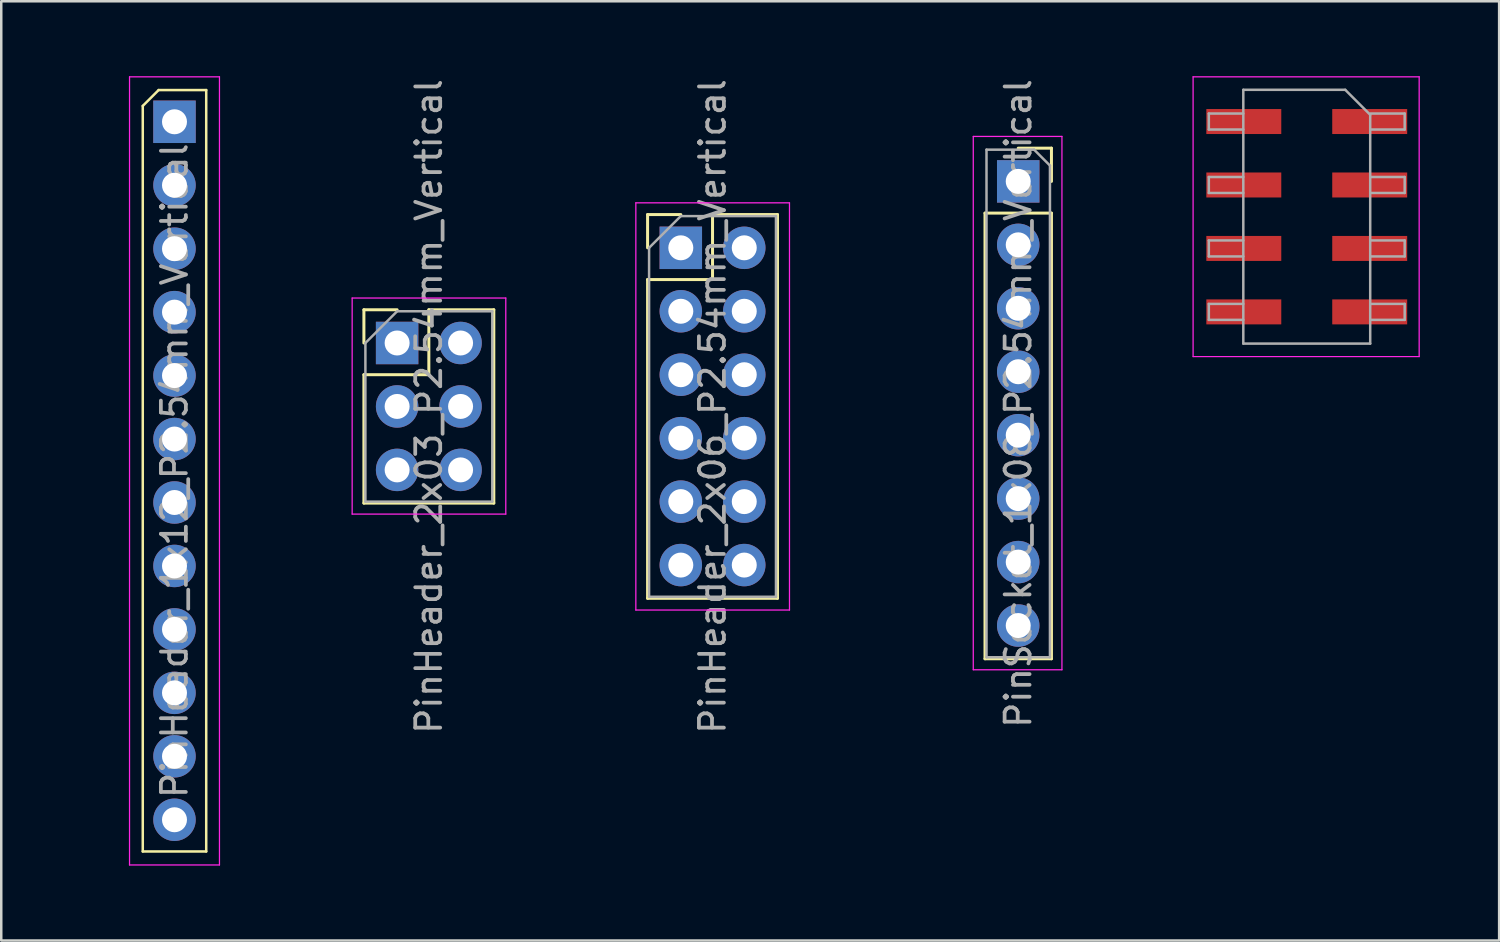
<source format=kicad_pcb>
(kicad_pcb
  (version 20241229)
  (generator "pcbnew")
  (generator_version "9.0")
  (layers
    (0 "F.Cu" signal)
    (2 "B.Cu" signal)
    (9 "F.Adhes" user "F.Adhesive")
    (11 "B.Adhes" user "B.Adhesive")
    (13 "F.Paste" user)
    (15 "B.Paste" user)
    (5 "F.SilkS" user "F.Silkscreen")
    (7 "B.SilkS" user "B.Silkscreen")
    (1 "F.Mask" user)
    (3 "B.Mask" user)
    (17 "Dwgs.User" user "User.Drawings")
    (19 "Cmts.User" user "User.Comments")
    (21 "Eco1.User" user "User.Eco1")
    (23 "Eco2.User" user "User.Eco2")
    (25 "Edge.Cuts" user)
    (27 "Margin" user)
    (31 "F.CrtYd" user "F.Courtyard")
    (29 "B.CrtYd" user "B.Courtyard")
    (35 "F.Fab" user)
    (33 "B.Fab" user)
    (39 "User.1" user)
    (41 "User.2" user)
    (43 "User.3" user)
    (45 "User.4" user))
  (footprint "PinHeader_2x06_P2.54mm_Vertical"
    (layer "F.Cu")
    (at 25.453 13.22)
    (property "Reference" "PinHeader_2x06_P2.54mm_Vertical" (at 1.27 -3.68 0) (layer "Eco2.User") (effects (font (size 0.3 0.3) (thickness 0.075))))
    (attr through_hole)
    (fp_line (start -2.58 -7.68) (end -1.25 -7.68) (stroke (width 0.12) (type solid)) (layer "F.SilkS"))
    (fp_line (start -2.58 -6.35) (end -2.58 -7.68) (stroke (width 0.12) (type solid)) (layer "F.SilkS"))
    (fp_line (start -2.58 -5.08) (end -2.58 7.68) (stroke (width 0.12) (type solid)) (layer "F.SilkS"))
    (fp_line (start -2.58 -5.08) (end 0.02 -5.08) (stroke (width 0.12) (type solid)) (layer "F.SilkS"))
    (fp_line (start -2.58 7.68) (end 2.62 7.68) (stroke (width 0.12) (type solid)) (layer "F.SilkS"))
    (fp_line (start 0.02 -7.68) (end 2.62 -7.68) (stroke (width 0.12) (type solid)) (layer "F.SilkS"))
    (fp_line (start 0.02 -5.08) (end 0.02 -7.68) (stroke (width 0.12) (type solid)) (layer "F.SilkS"))
    (fp_line (start 2.62 -7.68) (end 2.62 7.68) (stroke (width 0.12) (type solid)) (layer "F.SilkS"))
    (fp_line (start -3.05 -8.15) (end -3.05 8.15) (stroke (width 0.05) (type solid)) (layer "F.CrtYd"))
    (fp_line (start -3.05 8.15) (end 3.1 8.15) (stroke (width 0.05) (type solid)) (layer "F.CrtYd"))
    (fp_line (start 3.1 -8.15) (end -3.05 -8.15) (stroke (width 0.05) (type solid)) (layer "F.CrtYd"))
    (fp_line (start 3.1 8.15) (end 3.1 -8.15) (stroke (width 0.05) (type solid)) (layer "F.CrtYd"))
    (fp_line (start -2.52 -6.35) (end -1.25 -7.62) (stroke (width 0.1) (type solid)) (layer "F.Fab"))
    (fp_line (start -2.52 7.62) (end -2.52 -6.35) (stroke (width 0.1) (type solid)) (layer "F.Fab"))
    (fp_line (start -1.25 -7.62) (end 2.56 -7.62) (stroke (width 0.1) (type solid)) (layer "F.Fab"))
    (fp_line (start 2.56 -7.62) (end 2.56 7.62) (stroke (width 0.1) (type solid)) (layer "F.Fab"))
    (fp_line (start 2.56 7.62) (end -2.52 7.62) (stroke (width 0.1) (type solid)) (layer "F.Fab"))
    (fp_text user "${REFERENCE}" (at 0.02 0 90) (layer "F.Fab") (effects (font (size 1 1) (thickness 0.15))))
    (pad "1" thru_hole rect (at -1.25 -6.35) (size 1.7 1.7) (drill 1) (layers "*.Cu" "*.Mask"))
    (pad "2" thru_hole oval (at 1.29 -6.35) (size 1.7 1.7) (drill 1) (layers "*.Cu" "*.Mask"))
    (pad "3" thru_hole oval (at -1.25 -3.81) (size 1.7 1.7) (drill 1) (layers "*.Cu" "*.Mask"))
    (pad "4" thru_hole oval (at 1.29 -3.81) (size 1.7 1.7) (drill 1) (layers "*.Cu" "*.Mask"))
    (pad "5" thru_hole oval (at -1.25 -1.27) (size 1.7 1.7) (drill 1) (layers "*.Cu" "*.Mask"))
    (pad "6" thru_hole oval (at 1.29 -1.27) (size 1.7 1.7) (drill 1) (layers "*.Cu" "*.Mask"))
    (pad "7" thru_hole oval (at -1.25 1.27) (size 1.7 1.7) (drill 1) (layers "*.Cu" "*.Mask"))
    (pad "8" thru_hole oval (at 1.29 1.27) (size 1.7 1.7) (drill 1) (layers "*.Cu" "*.Mask"))
    (pad "9" thru_hole oval (at -1.25 3.81) (size 1.7 1.7) (drill 1) (layers "*.Cu" "*.Mask"))
    (pad "10" thru_hole oval (at 1.29 3.81) (size 1.7 1.7) (drill 1) (layers "*.Cu" "*.Mask"))
    (pad "11" thru_hole oval (at -1.25 6.35) (size 1.7 1.7) (drill 1) (layers "*.Cu" "*.Mask"))
    (pad "12" thru_hole oval (at 1.29 6.35) (size 1.7 1.7) (drill 1) (layers "*.Cu" "*.Mask")))
  (footprint "PinSocket_1x08_P2.54mm_Vertical"
    (layer "F.Cu")
    (at 37.71 4.211)
    (property "Reference" "PinSocket_1x08_P2.54mm_Vertical" (at 0 -2.77 0) (layer "Eco2.User") (effects (font (size 0.3 0.3) (thickness 0.075))))
    (attr through_hole)
    (fp_line (start -1.33 1.27) (end -1.33 19.11) (stroke (width 0.12) (type solid)) (layer "F.SilkS"))
    (fp_line (start -1.33 1.27) (end 1.33 1.27) (stroke (width 0.12) (type solid)) (layer "F.SilkS"))
    (fp_line (start -1.33 19.11) (end 1.33 19.11) (stroke (width 0.12) (type solid)) (layer "F.SilkS"))
    (fp_line (start 0 -1.33) (end 1.33 -1.33) (stroke (width 0.12) (type solid)) (layer "F.SilkS"))
    (fp_line (start 1.33 -1.33) (end 1.33 0) (stroke (width 0.12) (type solid)) (layer "F.SilkS"))
    (fp_line (start 1.33 1.27) (end 1.33 19.11) (stroke (width 0.12) (type solid)) (layer "F.SilkS"))
    (fp_line (start -1.8 -1.8) (end 1.75 -1.8) (stroke (width 0.05) (type solid)) (layer "F.CrtYd"))
    (fp_line (start -1.8 19.55) (end -1.8 -1.8) (stroke (width 0.05) (type solid)) (layer "F.CrtYd"))
    (fp_line (start 1.75 -1.8) (end 1.75 19.55) (stroke (width 0.05) (type solid)) (layer "F.CrtYd"))
    (fp_line (start 1.75 19.55) (end -1.8 19.55) (stroke (width 0.05) (type solid)) (layer "F.CrtYd"))
    (fp_line (start -1.27 -1.27) (end 0.635 -1.27) (stroke (width 0.1) (type solid)) (layer "F.Fab"))
    (fp_line (start -1.27 19.05) (end -1.27 -1.27) (stroke (width 0.1) (type solid)) (layer "F.Fab"))
    (fp_line (start 0.635 -1.27) (end 1.27 -0.635) (stroke (width 0.1) (type solid)) (layer "F.Fab"))
    (fp_line (start 1.27 -0.635) (end 1.27 19.05) (stroke (width 0.1) (type solid)) (layer "F.Fab"))
    (fp_line (start 1.27 19.05) (end -1.27 19.05) (stroke (width 0.1) (type solid)) (layer "F.Fab"))
    (fp_text user "${REFERENCE}" (at 0 8.89 90) (layer "F.Fab") (effects (font (size 1 1) (thickness 0.15))))
    (pad "1" thru_hole rect (at 0 0) (size 1.7 1.7) (drill 1) (layers "*.Cu" "*.Mask"))
    (pad "2" thru_hole oval (at 0 2.54) (size 1.7 1.7) (drill 1) (layers "*.Cu" "*.Mask"))
    (pad "3" thru_hole oval (at 0 5.08) (size 1.7 1.7) (drill 1) (layers "*.Cu" "*.Mask"))
    (pad "4" thru_hole oval (at 0 7.62) (size 1.7 1.7) (drill 1) (layers "*.Cu" "*.Mask"))
    (pad "5" thru_hole oval (at 0 10.16) (size 1.7 1.7) (drill 1) (layers "*.Cu" "*.Mask"))
    (pad "6" thru_hole oval (at 0 12.7) (size 1.7 1.7) (drill 1) (layers "*.Cu" "*.Mask"))
    (pad "7" thru_hole oval (at 0 15.24) (size 1.7 1.7) (drill 1) (layers "*.Cu" "*.Mask"))
    (pad "8" thru_hole oval (at 0 17.78) (size 1.7 1.7) (drill 1) (layers "*.Cu" "*.Mask")))
  (footprint "PinSocket_2x04_P2.54mm_Vertical_SMD"
    (layer "F.Cu")
    (at 49.26 5.625)
    (property "Reference" "PinSocket_2x04_P2.54mm_Vertical_SMD" (at 0.147 -0.32 0) (layer "Eco2.User") (effects (font (size 0.3 0.3) (thickness 0.075))))
    (attr smd)
    (fp_line (start -4.55 -5.6) (end 4.5 -5.6) (stroke (width 0.05) (type solid)) (layer "F.CrtYd"))
    (fp_line (start -4.55 5.6) (end -4.55 -5.6) (stroke (width 0.05) (type solid)) (layer "F.CrtYd"))
    (fp_line (start 4.5 -5.6) (end 4.5 5.6) (stroke (width 0.05) (type solid)) (layer "F.CrtYd"))
    (fp_line (start 4.5 5.6) (end -4.55 5.6) (stroke (width 0.05) (type solid)) (layer "F.CrtYd"))
    (fp_line (start -3.92 -4.13) (end -2.54 -4.13) (stroke (width 0.1) (type solid)) (layer "F.Fab"))
    (fp_line (start -3.92 -3.49) (end -3.92 -4.13) (stroke (width 0.1) (type solid)) (layer "F.Fab"))
    (fp_line (start -3.92 -1.59) (end -2.54 -1.59) (stroke (width 0.1) (type solid)) (layer "F.Fab"))
    (fp_line (start -3.92 -0.95) (end -3.92 -1.59) (stroke (width 0.1) (type solid)) (layer "F.Fab"))
    (fp_line (start -3.92 0.95) (end -2.54 0.95) (stroke (width 0.1) (type solid)) (layer "F.Fab"))
    (fp_line (start -3.92 1.59) (end -3.92 0.95) (stroke (width 0.1) (type solid)) (layer "F.Fab"))
    (fp_line (start -3.92 3.49) (end -2.54 3.49) (stroke (width 0.1) (type solid)) (layer "F.Fab"))
    (fp_line (start -3.92 4.13) (end -3.92 3.49) (stroke (width 0.1) (type solid)) (layer "F.Fab"))
    (fp_line (start -2.54 -5.08) (end 1.54 -5.08) (stroke (width 0.1) (type solid)) (layer "F.Fab"))
    (fp_line (start -2.54 -3.49) (end -3.92 -3.49) (stroke (width 0.1) (type solid)) (layer "F.Fab"))
    (fp_line (start -2.54 -0.95) (end -3.92 -0.95) (stroke (width 0.1) (type solid)) (layer "F.Fab"))
    (fp_line (start -2.54 1.59) (end -3.92 1.59) (stroke (width 0.1) (type solid)) (layer "F.Fab"))
    (fp_line (start -2.54 4.13) (end -3.92 4.13) (stroke (width 0.1) (type solid)) (layer "F.Fab"))
    (fp_line (start -2.54 5.08) (end -2.54 -5.08) (stroke (width 0.1) (type solid)) (layer "F.Fab"))
    (fp_line (start 1.54 -5.08) (end 2.54 -4.08) (stroke (width 0.1) (type solid)) (layer "F.Fab"))
    (fp_line (start 2.54 -4.13) (end 3.92 -4.13) (stroke (width 0.1) (type solid)) (layer "F.Fab"))
    (fp_line (start 2.54 -4.08) (end 2.54 5.08) (stroke (width 0.1) (type solid)) (layer "F.Fab"))
    (fp_line (start 2.54 -1.59) (end 3.92 -1.59) (stroke (width 0.1) (type solid)) (layer "F.Fab"))
    (fp_line (start 2.54 0.95) (end 3.92 0.95) (stroke (width 0.1) (type solid)) (layer "F.Fab"))
    (fp_line (start 2.54 3.49) (end 3.92 3.49) (stroke (width 0.1) (type solid)) (layer "F.Fab"))
    (fp_line (start 2.54 5.08) (end -2.54 5.08) (stroke (width 0.1) (type solid)) (layer "F.Fab"))
    (fp_line (start 3.92 -4.13) (end 3.92 -3.49) (stroke (width 0.1) (type solid)) (layer "F.Fab"))
    (fp_line (start 3.92 -3.49) (end 2.54 -3.49) (stroke (width 0.1) (type solid)) (layer "F.Fab"))
    (fp_line (start 3.92 -1.59) (end 3.92 -0.95) (stroke (width 0.1) (type solid)) (layer "F.Fab"))
    (fp_line (start 3.92 -0.95) (end 2.54 -0.95) (stroke (width 0.1) (type solid)) (layer "F.Fab"))
    (fp_line (start 3.92 0.95) (end 3.92 1.59) (stroke (width 0.1) (type solid)) (layer "F.Fab"))
    (fp_line (start 3.92 1.59) (end 2.54 1.59) (stroke (width 0.1) (type solid)) (layer "F.Fab"))
    (fp_line (start 3.92 3.49) (end 3.92 4.13) (stroke (width 0.1) (type solid)) (layer "F.Fab"))
    (fp_line (start 3.92 4.13) (end 2.54 4.13) (stroke (width 0.1) (type solid)) (layer "F.Fab"))
    (pad "1" smd rect (at -2.52 -3.81) (size 3 1) (layers "F.Cu" "F.Mask" "F.Paste"))
    (pad "2" smd rect (at 2.52 -3.81) (size 3 1) (layers "F.Cu" "F.Mask" "F.Paste"))
    (pad "3" smd rect (at -2.52 -1.27) (size 3 1) (layers "F.Cu" "F.Mask" "F.Paste"))
    (pad "4" smd rect (at 2.52 -1.27) (size 3 1) (layers "F.Cu" "F.Mask" "F.Paste"))
    (pad "5" smd rect (at -2.52 1.27) (size 3 1) (layers "F.Cu" "F.Mask" "F.Paste"))
    (pad "6" smd rect (at 2.52 1.27) (size 3 1) (layers "F.Cu" "F.Mask" "F.Paste"))
    (pad "7" smd rect (at -2.52 3.81) (size 3 1) (layers "F.Cu" "F.Mask" "F.Paste"))
    (pad "8" smd rect (at 2.52 3.81) (size 3 1) (layers "F.Cu" "F.Mask" "F.Paste")))
  (footprint "PinHeader_2x03_P2.54mm_Vertical"
    (layer "F.Cu")
    (at 14.097 13.18)
    (property "Reference" "PinHeader_2x03_P2.54mm_Vertical" (at 1.27 -2.33 0) (layer "Eco2.User") (effects (font (size 0.3 0.3) (thickness 0.075))))
    (attr through_hole)
    (fp_line (start -2.58 -3.83) (end -1.25 -3.83) (stroke (width 0.12) (type solid)) (layer "F.SilkS"))
    (fp_line (start -2.58 -2.5) (end -2.58 -3.83) (stroke (width 0.12) (type solid)) (layer "F.SilkS"))
    (fp_line (start -2.58 -1.23) (end -2.58 3.91) (stroke (width 0.12) (type solid)) (layer "F.SilkS"))
    (fp_line (start -2.58 -1.23) (end 0.02 -1.23) (stroke (width 0.12) (type solid)) (layer "F.SilkS"))
    (fp_line (start -2.58 3.91) (end 2.62 3.91) (stroke (width 0.12) (type solid)) (layer "F.SilkS"))
    (fp_line (start 0.02 -3.83) (end 2.62 -3.83) (stroke (width 0.12) (type solid)) (layer "F.SilkS"))
    (fp_line (start 0.02 -1.23) (end 0.02 -3.83) (stroke (width 0.12) (type solid)) (layer "F.SilkS"))
    (fp_line (start 2.62 -3.83) (end 2.62 3.91) (stroke (width 0.12) (type solid)) (layer "F.SilkS"))
    (fp_line (start -3.05 -4.3) (end -3.05 4.35) (stroke (width 0.05) (type solid)) (layer "F.CrtYd"))
    (fp_line (start -3.05 4.35) (end 3.1 4.35) (stroke (width 0.05) (type solid)) (layer "F.CrtYd"))
    (fp_line (start 3.1 -4.3) (end -3.05 -4.3) (stroke (width 0.05) (type solid)) (layer "F.CrtYd"))
    (fp_line (start 3.1 4.35) (end 3.1 -4.3) (stroke (width 0.05) (type solid)) (layer "F.CrtYd"))
    (fp_line (start -2.52 -2.5) (end -1.25 -3.77) (stroke (width 0.1) (type solid)) (layer "F.Fab"))
    (fp_line (start -2.52 3.85) (end -2.52 -2.5) (stroke (width 0.1) (type solid)) (layer "F.Fab"))
    (fp_line (start -1.25 -3.77) (end 2.56 -3.77) (stroke (width 0.1) (type solid)) (layer "F.Fab"))
    (fp_line (start 2.56 -3.77) (end 2.56 3.85) (stroke (width 0.1) (type solid)) (layer "F.Fab"))
    (fp_line (start 2.56 3.85) (end -2.52 3.85) (stroke (width 0.1) (type solid)) (layer "F.Fab"))
    (fp_text user "${REFERENCE}" (at 0.02 0.04 90) (layer "F.Fab") (effects (font (size 1 1) (thickness 0.15))))
    (pad "1" thru_hole rect (at -1.25 -2.5) (size 1.7 1.7) (drill 1) (layers "*.Cu" "*.Mask"))
    (pad "2" thru_hole oval (at 1.29 -2.5) (size 1.7 1.7) (drill 1) (layers "*.Cu" "*.Mask"))
    (pad "3" thru_hole oval (at -1.25 0.04) (size 1.7 1.7) (drill 1) (layers "*.Cu" "*.Mask"))
    (pad "4" thru_hole oval (at 1.29 0.04) (size 1.7 1.7) (drill 1) (layers "*.Cu" "*.Mask"))
    (pad "5" thru_hole oval (at -1.25 2.58) (size 1.7 1.7) (drill 1) (layers "*.Cu" "*.Mask"))
    (pad "6" thru_hole oval (at 1.29 2.58) (size 1.7 1.7) (drill 1) (layers "*.Cu" "*.Mask")))
  (footprint "PinHeader_1x12_P2.54mm_Vertical"
    (layer "F.Cu")
    (at 3.935 15.795)
    (property "Reference" "PinHeader_1x12_P2.54mm_Vertical" (at 0.076 0.173 180) (layer "Eco2.User") (effects (font (size 0.3 0.3) (thickness 0.075))))
    (attr through_hole)
    (fp_line (start -1.27 -14.605) (end -0.635 -15.24) (stroke (width 0.1) (type solid)) (layer "F.SilkS"))
    (fp_line (start -1.27 15.24) (end -1.27 -14.605) (stroke (width 0.1) (type solid)) (layer "F.SilkS"))
    (fp_line (start -0.635 -15.24) (end 1.27 -15.24) (stroke (width 0.1) (type solid)) (layer "F.SilkS"))
    (fp_line (start 1.27 -15.24) (end 1.27 15.24) (stroke (width 0.1) (type solid)) (layer "F.SilkS"))
    (fp_line (start 1.27 15.24) (end -1.27 15.24) (stroke (width 0.1) (type solid)) (layer "F.SilkS"))
    (fp_line (start -1.8 -15.77) (end -1.8 15.78) (stroke (width 0.05) (type solid)) (layer "F.CrtYd"))
    (fp_line (start -1.8 15.78) (end 1.8 15.78) (stroke (width 0.05) (type solid)) (layer "F.CrtYd"))
    (fp_line (start 1.8 -15.77) (end -1.8 -15.77) (stroke (width 0.05) (type solid)) (layer "F.CrtYd"))
    (fp_line (start 1.8 15.78) (end 1.8 -15.77) (stroke (width 0.05) (type solid)) (layer "F.CrtYd"))
    (fp_text user "${REFERENCE}" (at 0 0 90) (layer "F.Fab") (effects (font (size 1 1) (thickness 0.15))))
    (pad "1" thru_hole rect (at 0 -13.97) (size 1.7 1.7) (drill 1) (layers "*.Cu" "*.Mask"))
    (pad "2" thru_hole oval (at 0 -11.43) (size 1.7 1.7) (drill 1) (layers "*.Cu" "*.Mask"))
    (pad "3" thru_hole oval (at 0 -8.89) (size 1.7 1.7) (drill 1) (layers "*.Cu" "*.Mask"))
    (pad "4" thru_hole oval (at 0 -6.35) (size 1.7 1.7) (drill 1) (layers "*.Cu" "*.Mask"))
    (pad "5" thru_hole oval (at 0 -3.81) (size 1.7 1.7) (drill 1) (layers "*.Cu" "*.Mask"))
    (pad "6" thru_hole oval (at 0 -1.27) (size 1.7 1.7) (drill 1) (layers "*.Cu" "*.Mask"))
    (pad "7" thru_hole oval (at 0 1.27) (size 1.7 1.7) (drill 1) (layers "*.Cu" "*.Mask"))
    (pad "8" thru_hole oval (at 0 3.81) (size 1.7 1.7) (drill 1) (layers "*.Cu" "*.Mask"))
    (pad "9" thru_hole oval (at 0 6.35) (size 1.7 1.7) (drill 1) (layers "*.Cu" "*.Mask"))
    (pad "10" thru_hole oval (at 0 8.89) (size 1.7 1.7) (drill 1) (layers "*.Cu" "*.Mask"))
    (pad "11" thru_hole oval (at 0 11.43) (size 1.7 1.7) (drill 1) (layers "*.Cu" "*.Mask"))
    (pad "12" thru_hole oval (at 0 13.97) (size 1.7 1.7) (drill 1) (layers "*.Cu" "*.Mask")))
  (gr_rect
    (start -3 -3)
    (end 56.961 34.6)
    (stroke (width 0.1) (type default))
    (fill no)
    (layer "Edge.Cuts")))
</source>
